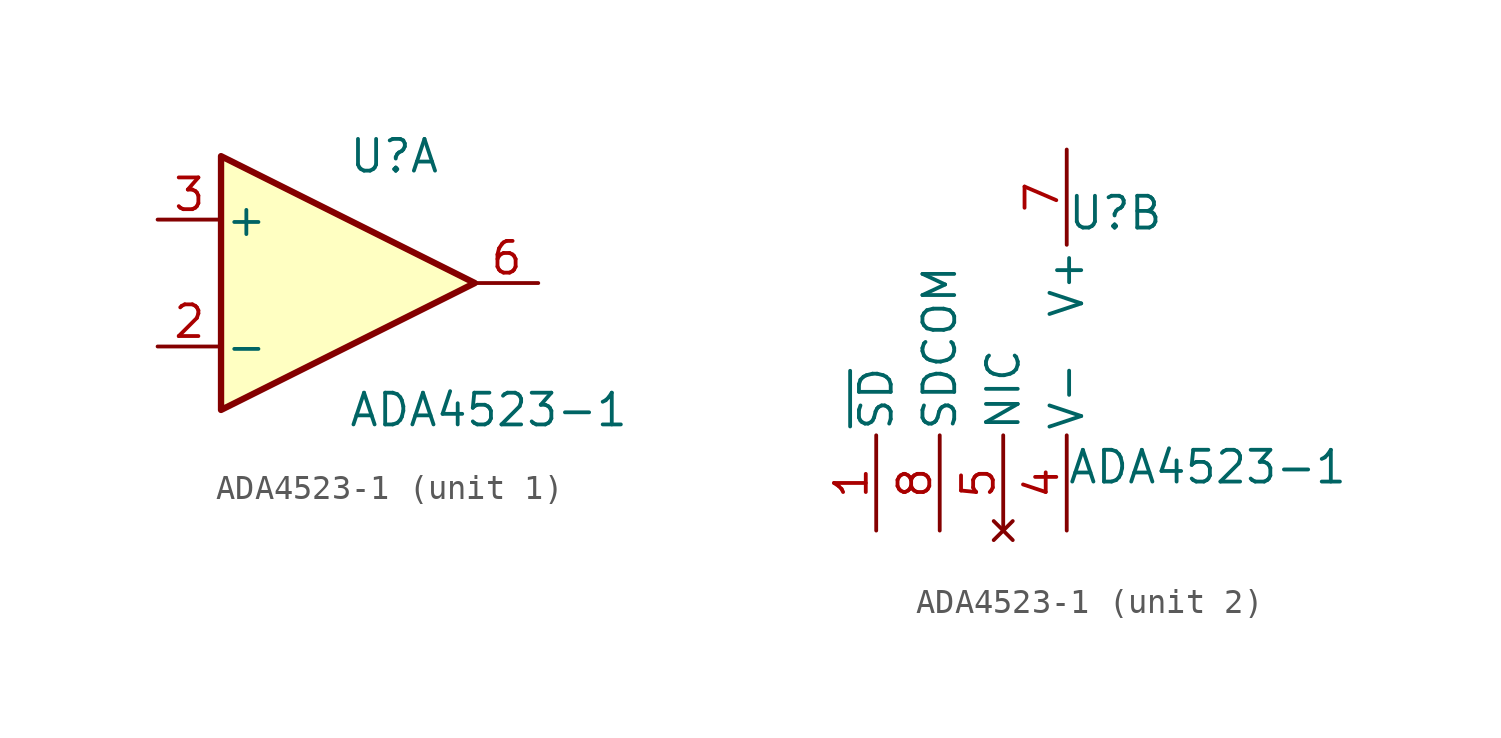
<source format=kicad_sym>
(kicad_symbol_lib
  (version 20241209)
  (generator "kicad_symbol_editor")
  (generator_version "9.0")
  (symbol "ADA4523-1"
    (pin_names
      (offset 0.127))
    (property "Reference" "U"
      (at 0 5.08 0)
      (effects (font (size 1.27 1.27)) (justify left)))
    (property "Value" "ADA4523-1"
      (at 0 -5.08 0)
      (effects (font (size 1.27 1.27)) (justify left)))
    (property "ki_locked" ""
      (at 0 0 0)
      (effects (font (size 1.27 1.27))))
    (symbol "ADA4523-1_1_1"
      (polyline (pts (xy -5.08 5.08) (xy 5.08 0) (xy -5.08 -5.08) (xy -5.08 5.08)) (stroke (width 0.254) (type default)) (fill (type background)))
      (pin input line (at -7.62 2.54 0) (length 2.54) (name "+" (effects (font (size 1.27 1.27)))) (number "3" (effects (font (size 1.27 1.27)))))
      (pin input line (at -7.62 -2.54 0) (length 2.54) (name "-" (effects (font (size 1.27 1.27)))) (number "2" (effects (font (size 1.27 1.27)))))
      (pin output line (at 7.62 0 180) (length 2.54) (name "~" (effects (font (size 1.27 1.27)))) (number "6" (effects (font (size 1.27 1.27))))))
    (symbol "ADA4523-1_2_1"
      (pin input line (at -7.62 -7.62 90) (length 3.81) (name "~{SD}" (effects (font (size 1.27 1.27)))) (number "1" (effects (font (size 1.27 1.27)))))
      (pin input line (at -5.08 -7.62 90) (length 3.81) (name "SDCOM" (effects (font (size 1.27 1.27)))) (number "8" (effects (font (size 1.27 1.27)))))
      (pin no_connect line (at -2.54 -7.62 90) (length 3.81) (name "NIC" (effects (font (size 1.27 1.27)))) (number "5" (effects (font (size 1.27 1.27)))))
      (pin power_in line (at 0 7.62 270) (length 3.81) (name "V+" (effects (font (size 1.27 1.27)))) (number "7" (effects (font (size 1.27 1.27)))))
      (pin power_in line (at 0 -7.62 90) (length 3.81) (name "V-" (effects (font (size 1.27 1.27)))) (number "4" (effects (font (size 1.27 1.27))))))))
</source>
